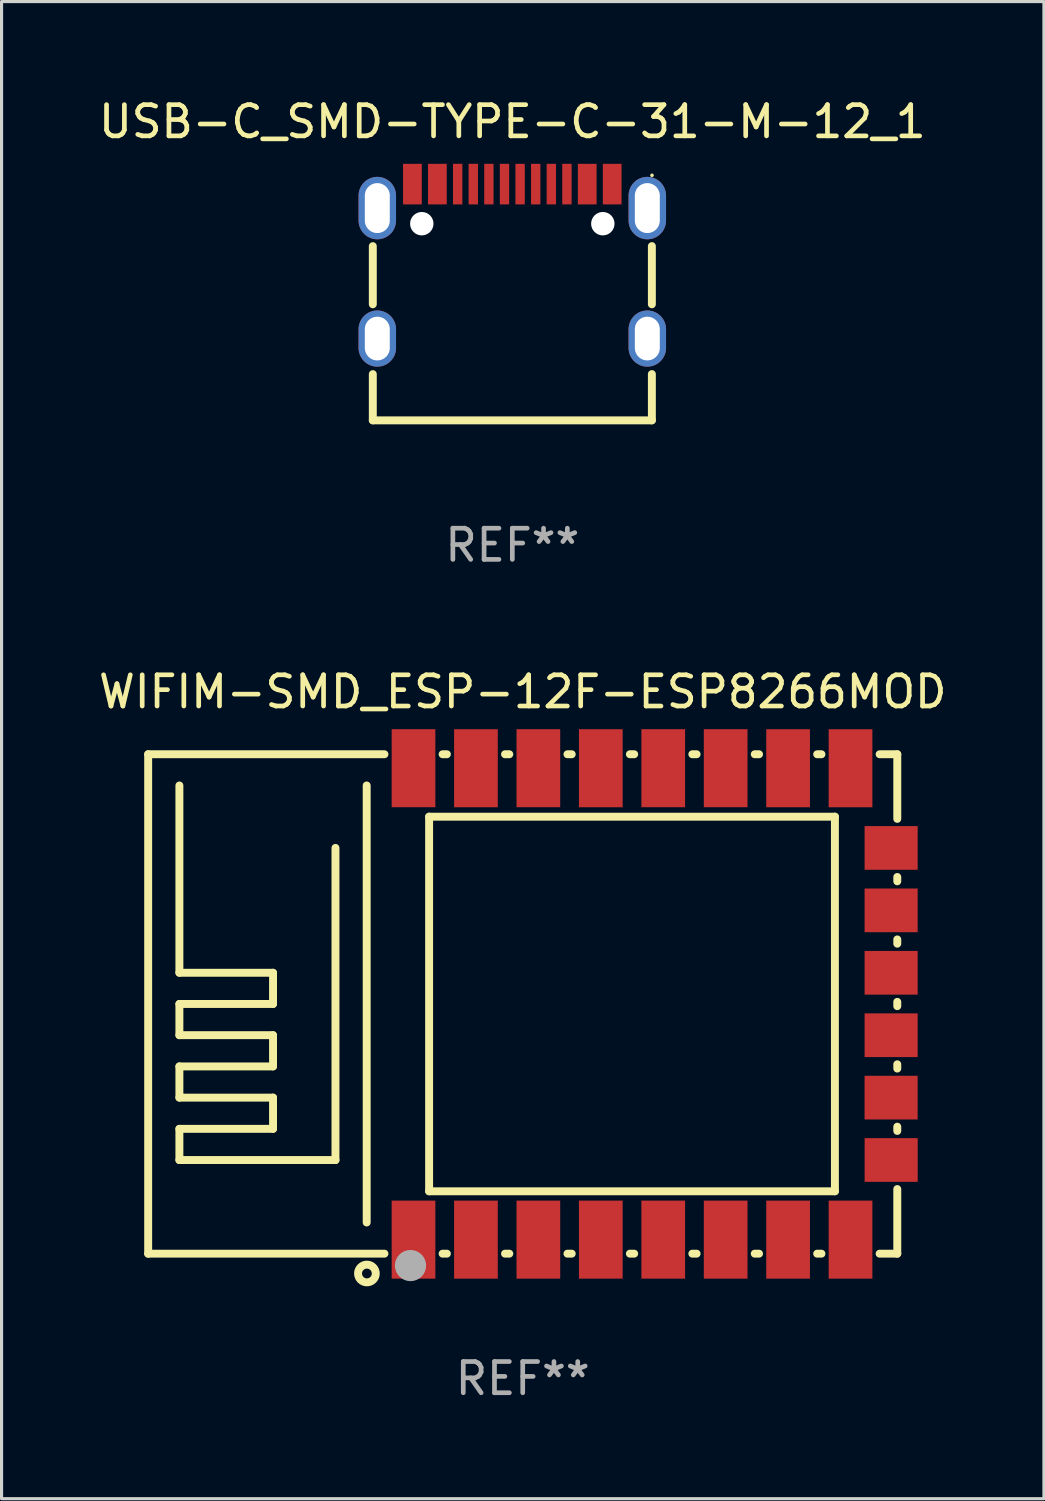
<source format=kicad_pcb>
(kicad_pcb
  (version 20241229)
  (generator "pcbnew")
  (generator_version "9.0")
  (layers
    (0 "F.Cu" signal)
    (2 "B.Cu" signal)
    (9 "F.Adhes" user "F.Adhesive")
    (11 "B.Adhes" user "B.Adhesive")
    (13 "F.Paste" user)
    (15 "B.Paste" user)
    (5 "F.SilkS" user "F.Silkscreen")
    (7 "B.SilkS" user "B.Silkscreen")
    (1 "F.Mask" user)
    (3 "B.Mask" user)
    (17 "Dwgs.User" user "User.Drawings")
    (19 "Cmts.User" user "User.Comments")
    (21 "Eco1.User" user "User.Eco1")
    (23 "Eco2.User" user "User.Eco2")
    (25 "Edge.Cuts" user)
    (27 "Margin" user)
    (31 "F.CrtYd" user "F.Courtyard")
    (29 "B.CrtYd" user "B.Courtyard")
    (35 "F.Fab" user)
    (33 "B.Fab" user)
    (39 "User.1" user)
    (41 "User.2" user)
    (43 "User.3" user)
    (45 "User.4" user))
  (footprint "WIFIM-SMD_ESP-12F-ESP8266MOD"
    (layer "F.Cu")
    (at 17.848 29.111)
    (property "Reference" "WIFIM-SMD_ESP-12F-ESP8266MOD" (at -4.152 -9.998 0) (layer "F.SilkS") (effects (font (size 1 1) (thickness 0.15))))
    (attr smd)
    (fp_line (start -16.151 -7.998) (end -8.582 -7.998) (stroke (width 0.254) (type solid)) (layer "F.SilkS"))
    (fp_line (start -16.151 8.002) (end -16.151 -7.998) (stroke (width 0.254) (type solid)) (layer "F.SilkS"))
    (fp_line (start -15.151 -0.998) (end -15.151 -6.998) (stroke (width 0.254) (type solid)) (layer "F.SilkS"))
    (fp_line (start -15.151 0.002) (end -12.151 0.002) (stroke (width 0.254) (type solid)) (layer "F.SilkS"))
    (fp_line (start -15.151 1.002) (end -15.151 0.002) (stroke (width 0.254) (type solid)) (layer "F.SilkS"))
    (fp_line (start -15.151 2.002) (end -12.151 2.002) (stroke (width 0.254) (type solid)) (layer "F.SilkS"))
    (fp_line (start -15.151 3.002) (end -15.151 2.002) (stroke (width 0.254) (type solid)) (layer "F.SilkS"))
    (fp_line (start -15.151 4.002) (end -12.151 4.002) (stroke (width 0.254) (type solid)) (layer "F.SilkS"))
    (fp_line (start -15.151 5.002) (end -15.151 4.002) (stroke (width 0.254) (type solid)) (layer "F.SilkS"))
    (fp_line (start -12.151 -0.998) (end -15.151 -0.998) (stroke (width 0.254) (type solid)) (layer "F.SilkS"))
    (fp_line (start -12.151 0.002) (end -12.151 -0.998) (stroke (width 0.254) (type solid)) (layer "F.SilkS"))
    (fp_line (start -12.151 1.002) (end -15.151 1.002) (stroke (width 0.254) (type solid)) (layer "F.SilkS"))
    (fp_line (start -12.151 2.002) (end -12.151 1.002) (stroke (width 0.254) (type solid)) (layer "F.SilkS"))
    (fp_line (start -12.151 3.002) (end -15.151 3.002) (stroke (width 0.254) (type solid)) (layer "F.SilkS"))
    (fp_line (start -12.151 4.002) (end -12.151 3.002) (stroke (width 0.254) (type solid)) (layer "F.SilkS"))
    (fp_line (start -10.151 -4.998) (end -10.151 5.002) (stroke (width 0.254) (type solid)) (layer "F.SilkS"))
    (fp_line (start -10.151 5.002) (end -15.151 5.002) (stroke (width 0.254) (type solid)) (layer "F.SilkS"))
    (fp_line (start -9.151 7.002) (end -9.151 -6.998) (stroke (width 0.254) (type solid)) (layer "F.SilkS"))
    (fp_line (start -8.582 8.001) (end -16.151 8.001) (stroke (width 0.254) (type solid)) (layer "F.SilkS"))
    (fp_line (start -7.151 -5.998) (end -7.151 6.002) (stroke (width 0.254) (type solid)) (layer "F.SilkS"))
    (fp_line (start -7.151 6.002) (end 5.849 6.002) (stroke (width 0.254) (type solid)) (layer "F.SilkS"))
    (fp_line (start -6.719 -7.998) (end -6.582 -7.998) (stroke (width 0.254) (type solid)) (layer "F.SilkS"))
    (fp_line (start -6.582 8.001) (end -6.719 8.001) (stroke (width 0.254) (type solid)) (layer "F.SilkS"))
    (fp_line (start -4.719 -7.998) (end -4.582 -7.998) (stroke (width 0.254) (type solid)) (layer "F.SilkS"))
    (fp_line (start -4.582 8.001) (end -4.719 8.001) (stroke (width 0.254) (type solid)) (layer "F.SilkS"))
    (fp_line (start -2.719 -7.998) (end -2.582 -7.998) (stroke (width 0.254) (type solid)) (layer "F.SilkS"))
    (fp_line (start -2.582 8.001) (end -2.719 8.001) (stroke (width 0.254) (type solid)) (layer "F.SilkS"))
    (fp_line (start -0.719 -7.998) (end -0.582 -7.998) (stroke (width 0.254) (type solid)) (layer "F.SilkS"))
    (fp_line (start -0.582 8.001) (end -0.719 8.001) (stroke (width 0.254) (type solid)) (layer "F.SilkS"))
    (fp_line (start 1.281 -7.998) (end 1.418 -7.998) (stroke (width 0.254) (type solid)) (layer "F.SilkS"))
    (fp_line (start 1.418 8.001) (end 1.281 8.001) (stroke (width 0.254) (type solid)) (layer "F.SilkS"))
    (fp_line (start 3.281 -7.998) (end 3.418 -7.998) (stroke (width 0.254) (type solid)) (layer "F.SilkS"))
    (fp_line (start 3.418 8.001) (end 3.281 8.001) (stroke (width 0.254) (type solid)) (layer "F.SilkS"))
    (fp_line (start 5.281 -7.998) (end 5.418 -7.998) (stroke (width 0.254) (type solid)) (layer "F.SilkS"))
    (fp_line (start 5.418 8.001) (end 5.281 8.001) (stroke (width 0.254) (type solid)) (layer "F.SilkS"))
    (fp_line (start 5.849 -5.998) (end -7.151 -5.998) (stroke (width 0.254) (type solid)) (layer "F.SilkS"))
    (fp_line (start 5.849 6.002) (end 5.849 -5.998) (stroke (width 0.254) (type solid)) (layer "F.SilkS"))
    (fp_line (start 7.281 -7.998) (end 7.847 -7.998) (stroke (width 0.254) (type solid)) (layer "F.SilkS"))
    (fp_line (start 7.847 -7.998) (end 7.847 -5.928) (stroke (width 0.254) (type solid)) (layer "F.SilkS"))
    (fp_line (start 7.847 -4.066) (end 7.847 -3.928) (stroke (width 0.254) (type solid)) (layer "F.SilkS"))
    (fp_line (start 7.847 -2.066) (end 7.847 -1.929) (stroke (width 0.254) (type solid)) (layer "F.SilkS"))
    (fp_line (start 7.847 -0.066) (end 7.847 0.072) (stroke (width 0.254) (type solid)) (layer "F.SilkS"))
    (fp_line (start 7.847 1.934) (end 7.847 2.071) (stroke (width 0.254) (type solid)) (layer "F.SilkS"))
    (fp_line (start 7.847 3.933) (end 7.847 4.069) (stroke (width 0.254) (type solid)) (layer "F.SilkS"))
    (fp_line (start 7.847 5.931) (end 7.847 8.001) (stroke (width 0.254) (type solid)) (layer "F.SilkS"))
    (fp_line (start 7.847 8.001) (end 7.281 8.001) (stroke (width 0.254) (type solid)) (layer "F.SilkS"))
    (fp_circle (center -16.151 8.003) (end -16.121 8.003) (stroke (width 0.06) (type solid)) (fill no) (layer "F.SilkS"))
    (fp_circle (center -9.144 8.636) (end -8.86 8.636) (stroke (width 0.254) (type solid)) (fill no) (layer "F.SilkS"))
    (fp_circle (center -7.747 8.382) (end -7.497 8.382) (stroke (width 0.5) (type solid)) (fill no) (layer "F.Fab"))
    (fp_text user "REF**" (at -4.152 12.002 0) (layer "F.Fab") (effects (font (size 1 1) (thickness 0.15))))
    (pad "1" smd rect (at -7.651 7.551 90) (size 2.5 1.4) (layers "F.Cu" "F.Mask" "F.Paste"))
    (pad "2" smd rect (at -5.651 7.551 90) (size 2.5 1.4) (layers "F.Cu" "F.Mask" "F.Paste"))
    (pad "3" smd rect (at -3.651 7.551 90) (size 2.5 1.4) (layers "F.Cu" "F.Mask" "F.Paste"))
    (pad "4" smd rect (at -1.651 7.551 90) (size 2.5 1.4) (layers "F.Cu" "F.Mask" "F.Paste"))
    (pad "5" smd rect (at 0.349 7.551 90) (size 2.5 1.4) (layers "F.Cu" "F.Mask" "F.Paste"))
    (pad "6" smd rect (at 2.349 7.551 90) (size 2.5 1.4) (layers "F.Cu" "F.Mask" "F.Paste"))
    (pad "7" smd rect (at 4.349 7.551 90) (size 2.5 1.4) (layers "F.Cu" "F.Mask" "F.Paste"))
    (pad "8" smd rect (at 6.349 7.551 90) (size 2.5 1.4) (layers "F.Cu" "F.Mask" "F.Paste"))
    (pad "9" smd rect (at 6.349 -7.549 270) (size 2.5 1.4) (layers "F.Cu" "F.Mask" "F.Paste"))
    (pad "10" smd rect (at 4.349 -7.55 270) (size 2.5 1.4) (layers "F.Cu" "F.Mask" "F.Paste"))
    (pad "11" smd rect (at 2.349 -7.551 270) (size 2.5 1.4) (layers "F.Cu" "F.Mask" "F.Paste"))
    (pad "12" smd rect (at 0.349 -7.551 270) (size 2.5 1.4) (layers "F.Cu" "F.Mask" "F.Paste"))
    (pad "13" smd rect (at -1.651 -7.55 270) (size 2.5 1.4) (layers "F.Cu" "F.Mask" "F.Paste"))
    (pad "14" smd rect (at -3.651 -7.551 270) (size 2.5 1.4) (layers "F.Cu" "F.Mask" "F.Paste"))
    (pad "15" smd rect (at -5.651 -7.55 270) (size 2.5 1.4) (layers "F.Cu" "F.Mask" "F.Paste"))
    (pad "16" smd rect (at -7.651 -7.551 270) (size 2.5 1.4) (layers "F.Cu" "F.Mask" "F.Paste"))
    (pad "17" smd rect (at 7.651 5 180) (size 1.7 1.4) (layers "F.Cu" "F.Mask" "F.Paste"))
    (pad "18" smd rect (at 7.649 3.002 180) (size 1.7 1.4) (layers "F.Cu" "F.Mask" "F.Paste"))
    (pad "19" smd rect (at 7.65 1.003 180) (size 1.7 1.4) (layers "F.Cu" "F.Mask" "F.Paste"))
    (pad "20" smd rect (at 7.65 -0.997 180) (size 1.7 1.4) (layers "F.Cu" "F.Mask" "F.Paste"))
    (pad "21" smd rect (at 7.65 -2.997 180) (size 1.7 1.4) (layers "F.Cu" "F.Mask" "F.Paste"))
    (pad "22" smd rect (at 7.65 -4.997 180) (size 1.7 1.4) (layers "F.Cu" "F.Mask" "F.Paste")))
  (footprint "USB-C_SMD-TYPE-C-31-M-12_1"
    (layer "F.Cu")
    (at 13.362 5.322)
    (property "Reference" "USB-C_SMD-TYPE-C-31-M-12_1" (at 0.001 -4.474 0) (layer "F.SilkS") (effects (font (size 1 1) (thickness 0.15))))
    (attr through_hole)
    (fp_line (start -4.469 1.376) (end -4.469 -0.487) (stroke (width 0.254) (type solid)) (layer "F.SilkS"))
    (fp_line (start -4.469 5.094) (end -4.469 3.613) (stroke (width 0.254) (type solid)) (layer "F.SilkS"))
    (fp_line (start 4.471 1.376) (end 4.471 -0.488) (stroke (width 0.254) (type solid)) (layer "F.SilkS"))
    (fp_line (start 4.471 5.094) (end -4.469 5.094) (stroke (width 0.254) (type solid)) (layer "F.SilkS"))
    (fp_line (start 4.471 5.094) (end 4.471 3.612) (stroke (width 0.254) (type solid)) (layer "F.SilkS"))
    (fp_circle (center 4.475 -2.756) (end 4.505 -2.756) (stroke (width 0.06) (type solid)) (fill no) (layer "F.SilkS"))
    (fp_circle (center -2.9 -1.206) (end -2.775 -1.206) (stroke (width 0.25) (type solid)) (fill no) (layer "F.Fab"))
    (fp_circle (center 2.9 -1.206) (end 3.025 -1.206) (stroke (width 0.25) (type solid)) (fill no) (layer "F.Fab"))
    (fp_text user "REF**" (at 0.001 9.094 0) (layer "F.Fab") (effects (font (size 1 1) (thickness 0.15))))
    (pad "" np_thru_hole circle (at -2.9 -1.206) (size 0.75 0.75) (drill 0.75) (layers "*.Cu" "*.Mask"))
    (pad "" np_thru_hole circle (at 2.9 -1.206) (size 0.75 0.75) (drill 0.75) (layers "*.Cu" "*.Mask"))
    (pad "1" thru_hole oval (at 4.325 -1.706) (size 1.2 2) (drill oval 0.8 1.6) (layers "*.Cu" "*.Mask"))
    (pad "2" thru_hole oval (at 4.325 2.474) (size 1.2 1.8) (drill oval 0.8 1.4) (layers "*.Cu" "*.Mask"))
    (pad "3" thru_hole oval (at -4.325 2.474) (size 1.2 1.8) (drill oval 0.8 1.4) (layers "*.Cu" "*.Mask"))
    (pad "4" thru_hole oval (at -4.325 -1.706) (size 1.2 2) (drill oval 0.8 1.6) (layers "*.Cu" "*.Mask"))
    (pad "A1B12" smd custom (at -3.2 -2.474) (size 0.1 0.1) (layers "F.Cu" "F.Mask" "F.Paste") (options (anchor circle)) (primitives (gr_poly (pts (xy 0.3 0.65) (xy 0.3 -0.65) (xy -0.000076 -0.65) (xy -0.000076 -0.65) (xy -0.3 -0.65) (xy -0.3 0.65) (xy -0.000051 0.65) (xy -0.000051 0.65) (xy 0.3 0.65)) (width 0) (fill yes))))
    (pad "A4B9" smd custom (at -2.4 -2.474) (size 0.1 0.1) (layers "F.Cu" "F.Mask" "F.Paste") (options (anchor circle)) (primitives (gr_poly (pts (xy 0.3 0.65) (xy 0.3 -0.65) (xy 0.000051 -0.65) (xy 0.000051 -0.65) (xy -0.3 -0.65) (xy -0.3 0.65) (xy 0.000127 0.65) (xy 0.000127 0.65) (xy 0.3 0.65)) (width 0) (fill yes))))
    (pad "A5" smd rect (at -1.25 -2.474) (size 0.3 1.3) (layers "F.Cu" "F.Mask" "F.Paste"))
    (pad "A6" smd rect (at -0.25 -2.474) (size 0.3 1.3) (layers "F.Cu" "F.Mask" "F.Paste"))
    (pad "A7" smd rect (at 0.25 -2.474) (size 0.3 1.3) (layers "F.Cu" "F.Mask" "F.Paste"))
    (pad "A8" smd rect (at 1.25 -2.474) (size 0.3 1.3) (layers "F.Cu" "F.Mask" "F.Paste"))
    (pad "B1A12" smd custom (at 3.2 -2.474) (size 0.1 0.1) (layers "F.Cu" "F.Mask" "F.Paste") (options (anchor circle)) (primitives (gr_poly (pts (xy -0.3 -0.65) (xy -0.3 0.65) (xy -0.000152 0.65) (xy -0.000127 0.65) (xy 0.3 0.65) (xy 0.3 -0.65) (xy -0.000127 -0.65) (xy -0.000152 -0.65) (xy -0.3 -0.65)) (width 0) (fill yes))))
    (pad "B4A9" smd custom (at 2.4 -2.474) (size 0.1 0.1) (layers "F.Cu" "F.Mask" "F.Paste") (options (anchor circle)) (primitives (gr_poly (pts (xy 0.3 0.65) (xy 0.3 -0.65) (xy -0.000127 -0.65) (xy -0.000152 -0.65) (xy -0.3 -0.65) (xy -0.3 0.65) (xy -0.000152 0.65) (xy -0.000127 0.65) (xy 0.3 0.65)) (width 0) (fill yes))))
    (pad "B5" smd rect (at 1.75 -2.474) (size 0.3 1.3) (layers "F.Cu" "F.Mask" "F.Paste"))
    (pad "B6" smd rect (at 0.75 -2.474) (size 0.3 1.3) (layers "F.Cu" "F.Mask" "F.Paste"))
    (pad "B7" smd rect (at -0.75 -2.474) (size 0.3 1.3) (layers "F.Cu" "F.Mask" "F.Paste"))
    (pad "B8" smd rect (at -1.75 -2.474) (size 0.3 1.3) (layers "F.Cu" "F.Mask" "F.Paste")))
  (gr_rect
    (start -3 -3)
    (end 30.393 44.961)
    (stroke (width 0.1) (type default))
    (fill no)
    (layer "Edge.Cuts")))
</source>
